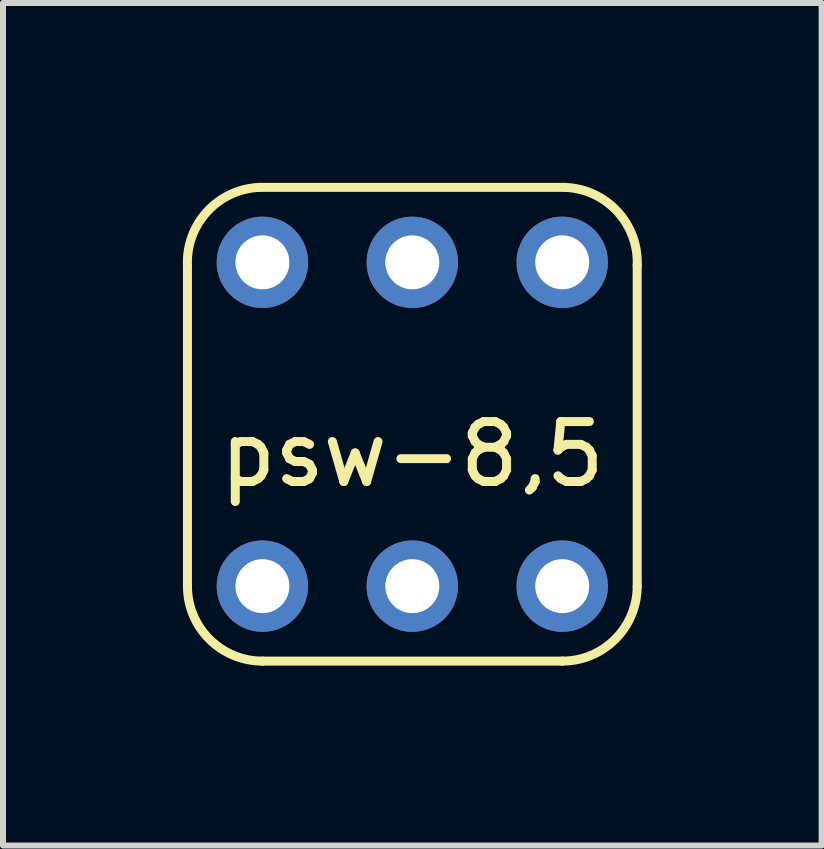
<source format=kicad_pcb>
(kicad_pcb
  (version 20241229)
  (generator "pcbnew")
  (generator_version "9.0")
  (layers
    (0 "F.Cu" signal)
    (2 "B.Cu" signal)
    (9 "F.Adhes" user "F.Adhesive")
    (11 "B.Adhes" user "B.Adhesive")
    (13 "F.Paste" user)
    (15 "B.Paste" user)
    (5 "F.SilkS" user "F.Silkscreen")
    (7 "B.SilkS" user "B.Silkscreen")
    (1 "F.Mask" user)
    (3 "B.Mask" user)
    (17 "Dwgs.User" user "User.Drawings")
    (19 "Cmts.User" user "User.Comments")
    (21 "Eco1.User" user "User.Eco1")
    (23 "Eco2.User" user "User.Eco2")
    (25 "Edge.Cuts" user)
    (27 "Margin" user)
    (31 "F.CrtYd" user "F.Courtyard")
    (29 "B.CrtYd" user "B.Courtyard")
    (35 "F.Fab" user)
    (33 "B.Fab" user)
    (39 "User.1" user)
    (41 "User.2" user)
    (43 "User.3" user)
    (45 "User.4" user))
  (footprint "psw-8,5"
    (layer "F.Cu")
    (at 3.826 4.025)
    (property "Reference" "psw-8,5" (at 0 0.5 0) (layer "F.SilkS") (effects (font (size 1 1) (thickness 0.15))))
    (attr through_hole)
    (fp_line (start -3.75 -2.65) (end -3.75 2.7) (stroke (width 0.15) (type solid)) (layer "F.SilkS"))
    (fp_line (start -2.55 -3.95) (end 2.55 -3.95) (stroke (width 0.15) (type solid)) (layer "F.SilkS"))
    (fp_line (start -2.5 3.95) (end 2.5 3.95) (stroke (width 0.15) (type solid)) (layer "F.SilkS"))
    (fp_line (start 3.75 2.7) (end 3.75 -2.65) (stroke (width 0.15) (type solid)) (layer "F.SilkS"))
    (fp_arc (start -3.75 -2.65) (mid -3.419239 -3.548528) (end -2.55 -3.95) (stroke (width 0.15) (type solid)) (layer "F.SilkS"))
    (fp_arc (start -2.5 3.95) (mid -3.383883 3.583883) (end -3.75 2.7) (stroke (width 0.15) (type solid)) (layer "F.SilkS"))
    (fp_arc (start 2.55 -3.95) (mid 3.419239 -3.548528) (end 3.75 -2.65) (stroke (width 0.15) (type solid)) (layer "F.SilkS"))
    (fp_arc (start 3.75 2.7) (mid 3.383883 3.583883) (end 2.5 3.95) (stroke (width 0.15) (type solid)) (layer "F.SilkS"))
    (pad "1" thru_hole circle (at -2.5 -2.7) (size 1.524 1.524) (drill 0.9) (layers "*.Cu" "*.Mask"))
    (pad "2" thru_hole circle (at 0 -2.7) (size 1.524 1.524) (drill 0.9) (layers "*.Cu" "*.Mask"))
    (pad "3" thru_hole circle (at 2.5 -2.7) (size 1.524 1.524) (drill 0.9) (layers "*.Cu" "*.Mask"))
    (pad "4" thru_hole circle (at 2.5 2.7) (size 1.524 1.524) (drill 0.9) (layers "*.Cu" "*.Mask"))
    (pad "5" thru_hole circle (at 0 2.7) (size 1.524 1.524) (drill 0.9) (layers "*.Cu" "*.Mask"))
    (pad "6" thru_hole circle (at -2.5 2.7) (size 1.524 1.524) (drill 0.9) (layers "*.Cu" "*.Mask")))
  (gr_rect
    (start -3 -3)
    (end 10.652 11.05)
    (stroke (width 0.1) (type default))
    (fill no)
    (layer "Edge.Cuts")))
</source>
